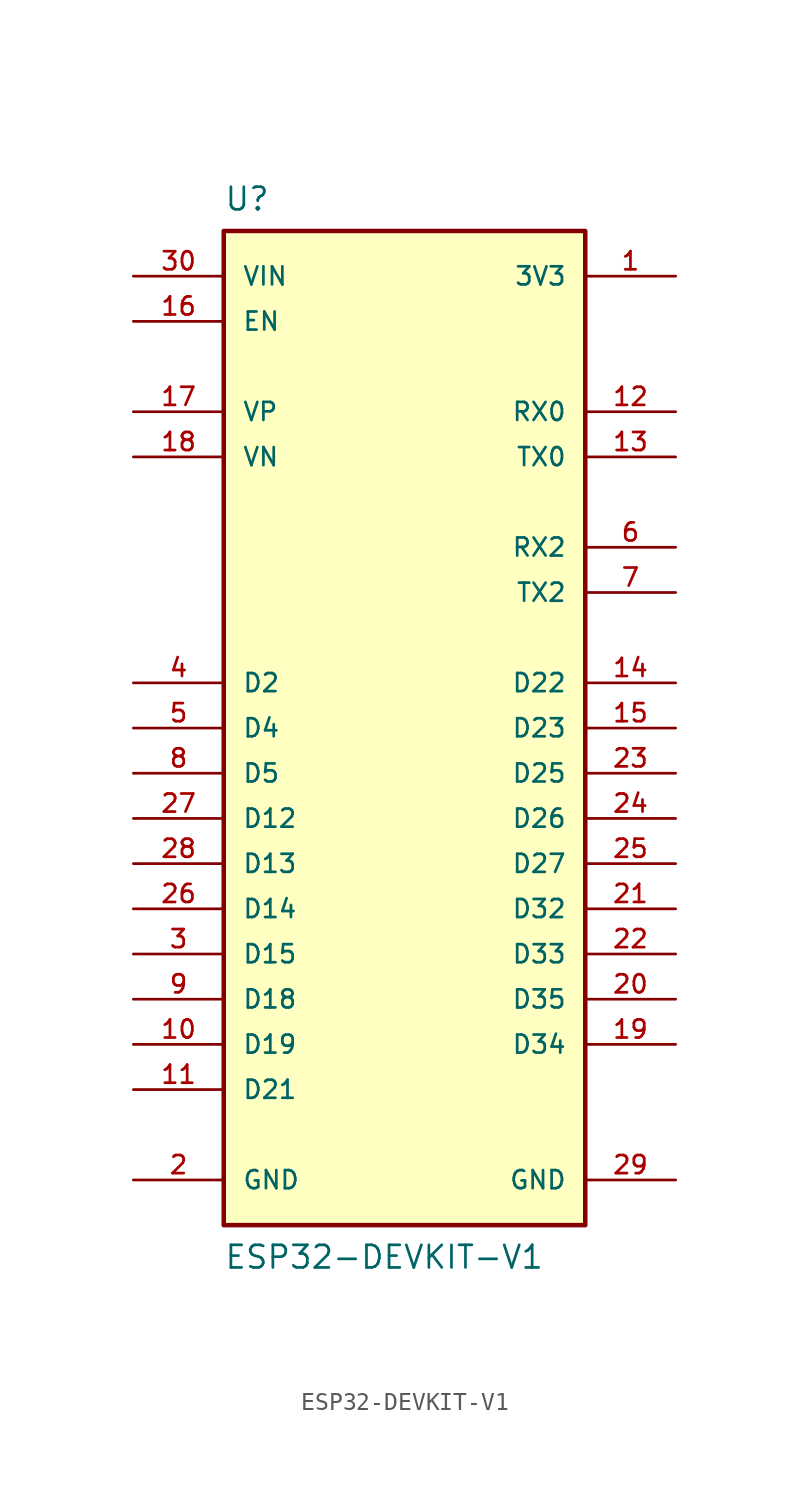
<source format=kicad_sym>
(kicad_symbol_lib
  (version 20231120)
  (generator "kicad_symbol_editor")
  (generator_version "8.0")
  (symbol "ESP32-DEVKIT-V1"
    (pin_names
      (offset 1.016))
    (property "Reference" "U"
      (at -10.16 30.48 0)
      (effects (font (size 1.27 1.27)) (justify left top)))
    (property "Value" "ESP32-DEVKIT-V1"
      (at -10.16 -30.48 0)
      (effects (font (size 1.27 1.27)) (justify left bottom)))
    (symbol "ESP32-DEVKIT-V1_0_0"
      (rectangle (start -10.16 -27.94) (end 10.16 27.94) (stroke (width 0.254) (type default)) (fill (type background)))
      (pin power_out line (at 15.24 25.4 180) (length 5.08) (name "3V3" (effects (font (size 1.016 1.016)))) (number "1" (effects (font (size 1.016 1.016)))))
      (pin bidirectional line (at -15.24 -17.78 0) (length 5.08) (name "D19" (effects (font (size 1.016 1.016)))) (number "10" (effects (font (size 1.016 1.016)))))
      (pin bidirectional line (at -15.24 -20.32 0) (length 5.08) (name "D21" (effects (font (size 1.016 1.016)))) (number "11" (effects (font (size 1.016 1.016)))))
      (pin input line (at 15.24 17.78 180) (length 5.08) (name "RX0" (effects (font (size 1.016 1.016)))) (number "12" (effects (font (size 1.016 1.016)))))
      (pin output line (at 15.24 15.24 180) (length 5.08) (name "TX0" (effects (font (size 1.016 1.016)))) (number "13" (effects (font (size 1.016 1.016)))))
      (pin bidirectional line (at 15.24 2.54 180) (length 5.08) (name "D22" (effects (font (size 1.016 1.016)))) (number "14" (effects (font (size 1.016 1.016)))))
      (pin bidirectional line (at 15.24 0 180) (length 5.08) (name "D23" (effects (font (size 1.016 1.016)))) (number "15" (effects (font (size 1.016 1.016)))))
      (pin input line (at -15.24 22.86 0) (length 5.08) (name "EN" (effects (font (size 1.016 1.016)))) (number "16" (effects (font (size 1.016 1.016)))))
      (pin bidirectional line (at -15.24 17.78 0) (length 5.08) (name "VP" (effects (font (size 1.016 1.016)))) (number "17" (effects (font (size 1.016 1.016)))))
      (pin bidirectional line (at -15.24 15.24 0) (length 5.08) (name "VN" (effects (font (size 1.016 1.016)))) (number "18" (effects (font (size 1.016 1.016)))))
      (pin bidirectional line (at 15.24 -17.78 180) (length 5.08) (name "D34" (effects (font (size 1.016 1.016)))) (number "19" (effects (font (size 1.016 1.016)))))
      (pin power_in line (at -15.24 -25.4 0) (length 5.08) (name "GND" (effects (font (size 1.016 1.016)))) (number "2" (effects (font (size 1.016 1.016)))))
      (pin bidirectional line (at 15.24 -15.24 180) (length 5.08) (name "D35" (effects (font (size 1.016 1.016)))) (number "20" (effects (font (size 1.016 1.016)))))
      (pin bidirectional line (at 15.24 -10.16 180) (length 5.08) (name "D32" (effects (font (size 1.016 1.016)))) (number "21" (effects (font (size 1.016 1.016)))))
      (pin bidirectional line (at 15.24 -12.7 180) (length 5.08) (name "D33" (effects (font (size 1.016 1.016)))) (number "22" (effects (font (size 1.016 1.016)))))
      (pin bidirectional line (at 15.24 -2.54 180) (length 5.08) (name "D25" (effects (font (size 1.016 1.016)))) (number "23" (effects (font (size 1.016 1.016)))))
      (pin bidirectional line (at 15.24 -5.08 180) (length 5.08) (name "D26" (effects (font (size 1.016 1.016)))) (number "24" (effects (font (size 1.016 1.016)))))
      (pin bidirectional line (at 15.24 -7.62 180) (length 5.08) (name "D27" (effects (font (size 1.016 1.016)))) (number "25" (effects (font (size 1.016 1.016)))))
      (pin bidirectional line (at -15.24 -10.16 0) (length 5.08) (name "D14" (effects (font (size 1.016 1.016)))) (number "26" (effects (font (size 1.016 1.016)))))
      (pin bidirectional line (at -15.24 -5.08 0) (length 5.08) (name "D12" (effects (font (size 1.016 1.016)))) (number "27" (effects (font (size 1.016 1.016)))))
      (pin bidirectional line (at -15.24 -7.62 0) (length 5.08) (name "D13" (effects (font (size 1.016 1.016)))) (number "28" (effects (font (size 1.016 1.016)))))
      (pin power_in line (at 15.24 -25.4 180) (length 5.08) (name "GND" (effects (font (size 1.016 1.016)))) (number "29" (effects (font (size 1.016 1.016)))))
      (pin bidirectional line (at -15.24 -12.7 0) (length 5.08) (name "D15" (effects (font (size 1.016 1.016)))) (number "3" (effects (font (size 1.016 1.016)))))
      (pin input line (at -15.24 25.4 0) (length 5.08) (name "VIN" (effects (font (size 1.016 1.016)))) (number "30" (effects (font (size 1.016 1.016)))))
      (pin bidirectional line (at -15.24 2.54 0) (length 5.08) (name "D2" (effects (font (size 1.016 1.016)))) (number "4" (effects (font (size 1.016 1.016)))))
      (pin bidirectional line (at -15.24 0 0) (length 5.08) (name "D4" (effects (font (size 1.016 1.016)))) (number "5" (effects (font (size 1.016 1.016)))))
      (pin input line (at 15.24 10.16 180) (length 5.08) (name "RX2" (effects (font (size 1.016 1.016)))) (number "6" (effects (font (size 1.016 1.016)))))
      (pin output line (at 15.24 7.62 180) (length 5.08) (name "TX2" (effects (font (size 1.016 1.016)))) (number "7" (effects (font (size 1.016 1.016)))))
      (pin bidirectional line (at -15.24 -2.54 0) (length 5.08) (name "D5" (effects (font (size 1.016 1.016)))) (number "8" (effects (font (size 1.016 1.016)))))
      (pin bidirectional line (at -15.24 -15.24 0) (length 5.08) (name "D18" (effects (font (size 1.016 1.016)))) (number "9" (effects (font (size 1.016 1.016))))))))
</source>
